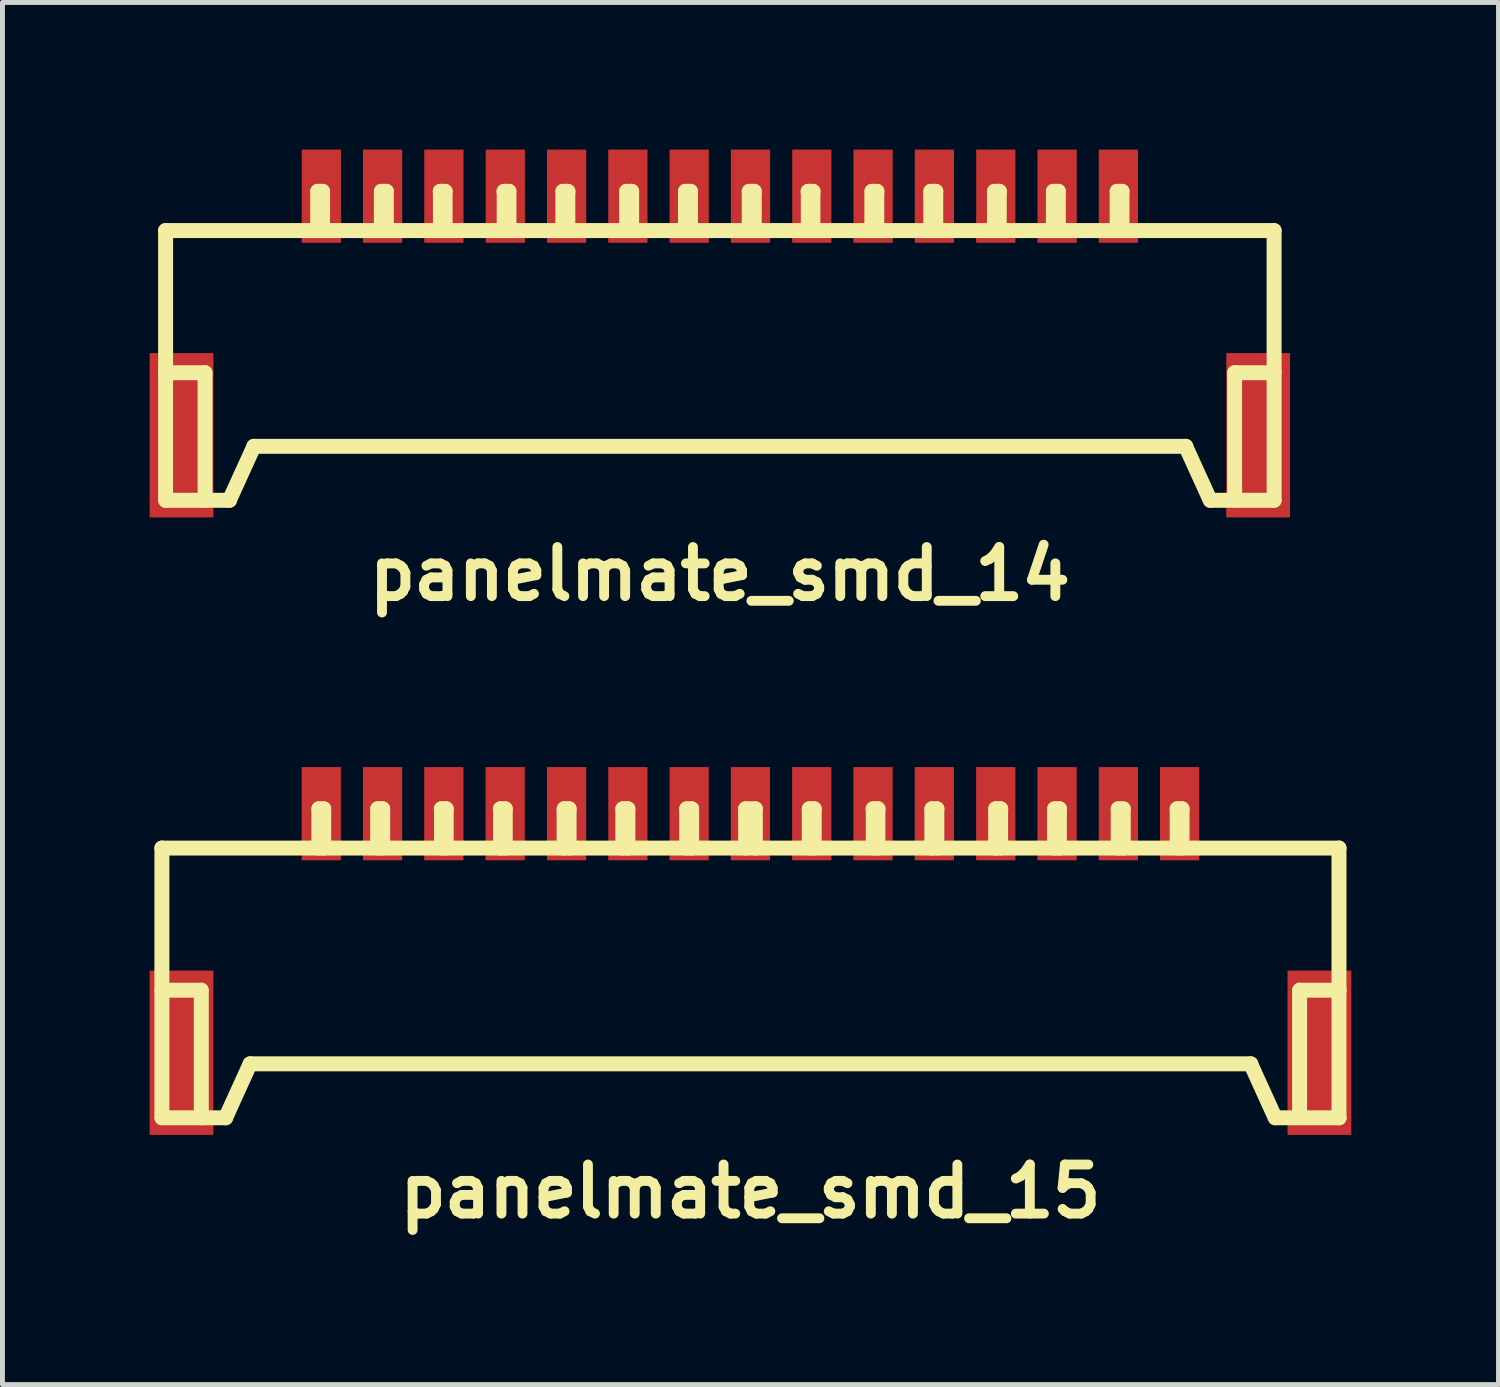
<source format=kicad_pcb>
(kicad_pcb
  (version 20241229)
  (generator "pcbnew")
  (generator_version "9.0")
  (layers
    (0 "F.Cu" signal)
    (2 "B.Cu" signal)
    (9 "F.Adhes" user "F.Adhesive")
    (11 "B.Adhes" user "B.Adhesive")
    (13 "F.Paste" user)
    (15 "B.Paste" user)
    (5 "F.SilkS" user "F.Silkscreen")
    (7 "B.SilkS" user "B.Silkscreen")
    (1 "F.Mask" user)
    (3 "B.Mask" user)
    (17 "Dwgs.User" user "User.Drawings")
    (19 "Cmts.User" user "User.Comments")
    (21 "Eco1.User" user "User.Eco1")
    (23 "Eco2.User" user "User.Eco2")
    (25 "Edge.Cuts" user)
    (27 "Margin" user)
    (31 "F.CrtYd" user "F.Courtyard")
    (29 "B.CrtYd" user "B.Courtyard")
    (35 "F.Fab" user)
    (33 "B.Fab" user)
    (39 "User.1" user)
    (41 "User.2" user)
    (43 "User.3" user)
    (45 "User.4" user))
  (footprint "panelmate_smd_14"
    (layer "F.Cu")
    (at 11.626 4.45)
    (property "Reference" "panelmate_smd_14" (at 0 4.201 0) (layer "F.SilkS") (effects (font (size 1.001 1.001) (thickness 0.201))))
    (attr smd)
    (fp_line (start -11.3 -2.799) (end -11.3 2.7) (stroke (width 0.305) (type solid)) (layer "F.SilkS"))
    (fp_line (start -11.3 -2.799) (end 11.3 -2.799) (stroke (width 0.305) (type solid)) (layer "F.SilkS"))
    (fp_line (start -11.298 0.099) (end -10.498 0.099) (stroke (width 0.305) (type solid)) (layer "F.SilkS"))
    (fp_line (start -10.495 0.099) (end -10.495 2.7) (stroke (width 0.305) (type solid)) (layer "F.SilkS"))
    (fp_line (start -10 2.7) (end -9.5 1.6) (stroke (width 0.305) (type solid)) (layer "F.SilkS"))
    (fp_line (start -9.997 2.7) (end -11.295 2.7) (stroke (width 0.305) (type solid)) (layer "F.SilkS"))
    (fp_line (start -8.199 -3.599) (end -8.1 -3.599) (stroke (width 0.305) (type solid)) (layer "F.SilkS"))
    (fp_line (start -8.199 -2.799) (end -8.199 -3.599) (stroke (width 0.305) (type solid)) (layer "F.SilkS"))
    (fp_line (start -8.1 -3.599) (end -8.1 -2.799) (stroke (width 0.305) (type solid)) (layer "F.SilkS"))
    (fp_line (start -6.901 -3.599) (end -6.901 -2.799) (stroke (width 0.305) (type solid)) (layer "F.SilkS"))
    (fp_line (start -6.8 -3.599) (end -6.901 -3.599) (stroke (width 0.305) (type solid)) (layer "F.SilkS"))
    (fp_line (start -6.8 -2.799) (end -6.8 -3.599) (stroke (width 0.305) (type solid)) (layer "F.SilkS"))
    (fp_line (start -5.702 -3.599) (end -5.601 -3.599) (stroke (width 0.305) (type solid)) (layer "F.SilkS"))
    (fp_line (start -5.697 -2.799) (end -5.697 -3.599) (stroke (width 0.305) (type solid)) (layer "F.SilkS"))
    (fp_line (start -5.601 -3.599) (end -5.601 -2.799) (stroke (width 0.305) (type solid)) (layer "F.SilkS"))
    (fp_line (start -4.402 -3.599) (end -4.3 -3.599) (stroke (width 0.305) (type solid)) (layer "F.SilkS"))
    (fp_line (start -4.397 -2.799) (end -4.397 -3.599) (stroke (width 0.305) (type solid)) (layer "F.SilkS"))
    (fp_line (start -4.3 -3.599) (end -4.3 -2.799) (stroke (width 0.305) (type solid)) (layer "F.SilkS"))
    (fp_line (start -3.2 -3.599) (end -3.2 -2.799) (stroke (width 0.305) (type solid)) (layer "F.SilkS"))
    (fp_line (start -3.099 -3.599) (end -3.099 -2.799) (stroke (width 0.305) (type solid)) (layer "F.SilkS"))
    (fp_line (start -3.096 -3.599) (end -3.198 -3.599) (stroke (width 0.305) (type solid)) (layer "F.SilkS"))
    (fp_line (start -1.9 -3.599) (end -1.798 -3.599) (stroke (width 0.305) (type solid)) (layer "F.SilkS"))
    (fp_line (start -1.9 -2.799) (end -1.9 -3.599) (stroke (width 0.305) (type solid)) (layer "F.SilkS"))
    (fp_line (start -1.798 -3.599) (end -1.798 -2.799) (stroke (width 0.305) (type solid)) (layer "F.SilkS"))
    (fp_line (start -0.701 -3.599) (end -0.599 -3.599) (stroke (width 0.305) (type solid)) (layer "F.SilkS"))
    (fp_line (start -0.701 -2.799) (end -0.701 -3.599) (stroke (width 0.305) (type solid)) (layer "F.SilkS"))
    (fp_line (start -0.599 -3.599) (end -0.599 -2.799) (stroke (width 0.305) (type solid)) (layer "F.SilkS"))
    (fp_line (start 0.599 -3.599) (end 0.599 -2.799) (stroke (width 0.305) (type solid)) (layer "F.SilkS"))
    (fp_line (start 0.701 -3.599) (end 0.599 -3.599) (stroke (width 0.305) (type solid)) (layer "F.SilkS"))
    (fp_line (start 0.701 -2.799) (end 0.701 -3.599) (stroke (width 0.305) (type solid)) (layer "F.SilkS"))
    (fp_line (start 1.803 -3.599) (end 1.803 -2.799) (stroke (width 0.305) (type solid)) (layer "F.SilkS"))
    (fp_line (start 1.897 -3.599) (end 1.897 -2.799) (stroke (width 0.305) (type solid)) (layer "F.SilkS"))
    (fp_line (start 1.9 -3.599) (end 1.798 -3.599) (stroke (width 0.305) (type solid)) (layer "F.SilkS"))
    (fp_line (start 3.099 -3.599) (end 3.099 -2.799) (stroke (width 0.305) (type solid)) (layer "F.SilkS"))
    (fp_line (start 3.104 -3.599) (end 3.203 -3.599) (stroke (width 0.305) (type solid)) (layer "F.SilkS"))
    (fp_line (start 3.2 -2.799) (end 3.2 -3.599) (stroke (width 0.305) (type solid)) (layer "F.SilkS"))
    (fp_line (start 4.3 -3.599) (end 4.3 -2.799) (stroke (width 0.305) (type solid)) (layer "F.SilkS"))
    (fp_line (start 4.402 -2.799) (end 4.402 -3.599) (stroke (width 0.305) (type solid)) (layer "F.SilkS"))
    (fp_line (start 4.404 -3.599) (end 4.303 -3.599) (stroke (width 0.305) (type solid)) (layer "F.SilkS"))
    (fp_line (start 5.598 -3.599) (end 5.598 -2.799) (stroke (width 0.305) (type solid)) (layer "F.SilkS"))
    (fp_line (start 5.601 -3.599) (end 5.7 -3.599) (stroke (width 0.305) (type solid)) (layer "F.SilkS"))
    (fp_line (start 5.697 -2.799) (end 5.697 -3.599) (stroke (width 0.305) (type solid)) (layer "F.SilkS"))
    (fp_line (start 6.8 -3.599) (end 6.901 -3.599) (stroke (width 0.305) (type solid)) (layer "F.SilkS"))
    (fp_line (start 6.8 -2.799) (end 6.8 -3.599) (stroke (width 0.305) (type solid)) (layer "F.SilkS"))
    (fp_line (start 6.901 -3.599) (end 6.901 -2.799) (stroke (width 0.305) (type solid)) (layer "F.SilkS"))
    (fp_line (start 8.1 -3.599) (end 8.1 -2.799) (stroke (width 0.305) (type solid)) (layer "F.SilkS"))
    (fp_line (start 8.199 -3.599) (end 8.1 -3.599) (stroke (width 0.305) (type solid)) (layer "F.SilkS"))
    (fp_line (start 8.199 -2.799) (end 8.199 -3.599) (stroke (width 0.305) (type solid)) (layer "F.SilkS"))
    (fp_line (start 9.497 1.6) (end 9.997 2.7) (stroke (width 0.305) (type solid)) (layer "F.SilkS"))
    (fp_line (start 9.5 1.6) (end -9.5 1.6) (stroke (width 0.305) (type solid)) (layer "F.SilkS"))
    (fp_line (start 10.003 2.7) (end 11.3 2.7) (stroke (width 0.305) (type solid)) (layer "F.SilkS"))
    (fp_line (start 10.495 0.097) (end 10.495 2.697) (stroke (width 0.305) (type solid)) (layer "F.SilkS"))
    (fp_line (start 11.3 -2.799) (end 11.3 2.7) (stroke (width 0.305) (type solid)) (layer "F.SilkS"))
    (fp_line (start 11.3 0.099) (end 10.5 0.099) (stroke (width 0.305) (type solid)) (layer "F.SilkS"))
    (pad "1" smd rect (at -8.125 -3.5) (size 0.8 1.9) (layers "F.Cu" "F.Mask" "F.Paste"))
    (pad "2" smd rect (at -6.876 -3.5) (size 0.8 1.9) (layers "F.Cu" "F.Mask" "F.Paste"))
    (pad "3" smd rect (at -5.626 -3.5) (size 0.8 1.9) (layers "F.Cu" "F.Mask" "F.Paste"))
    (pad "4" smd rect (at -4.374 -3.5) (size 0.8 1.9) (layers "F.Cu" "F.Mask" "F.Paste"))
    (pad "5" smd rect (at -3.124 -3.5) (size 0.8 1.9) (layers "F.Cu" "F.Mask" "F.Paste"))
    (pad "6" smd rect (at -1.875 -3.5) (size 0.8 1.9) (layers "F.Cu" "F.Mask" "F.Paste"))
    (pad "7" smd rect (at -0.625 -3.5) (size 0.8 1.9) (layers "F.Cu" "F.Mask" "F.Paste"))
    (pad "8" smd rect (at 0.625 -3.5) (size 0.8 1.9) (layers "F.Cu" "F.Mask" "F.Paste"))
    (pad "9" smd rect (at 1.875 -3.5) (size 0.8 1.9) (layers "F.Cu" "F.Mask" "F.Paste"))
    (pad "10" smd rect (at 3.124 -3.5) (size 0.8 1.9) (layers "F.Cu" "F.Mask" "F.Paste"))
    (pad "11" smd rect (at 4.374 -3.5) (size 0.8 1.9) (layers "F.Cu" "F.Mask" "F.Paste"))
    (pad "12" smd rect (at 5.626 -3.5) (size 0.8 1.9) (layers "F.Cu" "F.Mask" "F.Paste"))
    (pad "13" smd rect (at 6.876 -3.5) (size 0.8 1.9) (layers "F.Cu" "F.Mask" "F.Paste"))
    (pad "14" smd rect (at 8.125 -3.5) (size 0.8 1.9) (layers "F.Cu" "F.Mask" "F.Paste"))
    (pad "15" smd rect (at -10.975 1.374) (size 1.3 3.35) (layers "F.Cu" "F.Mask" "F.Paste"))
    (pad "15" smd rect (at 10.975 1.374) (size 1.3 3.35) (layers "F.Cu" "F.Mask" "F.Paste")))
  (footprint "panelmate_smd_15"
    (layer "F.Cu")
    (at 12.25 17.039)
    (property "Reference" "panelmate_smd_15" (at 0 4.201 0) (layer "F.SilkS") (effects (font (size 1.001 1.001) (thickness 0.201))))
    (attr smd)
    (fp_line (start -11.999 -2.799) (end -11.999 2.7) (stroke (width 0.305) (type solid)) (layer "F.SilkS"))
    (fp_line (start -11.999 -2.799) (end 11.999 -2.799) (stroke (width 0.305) (type solid)) (layer "F.SilkS"))
    (fp_line (start -11.999 0.099) (end -11.199 0.099) (stroke (width 0.305) (type solid)) (layer "F.SilkS"))
    (fp_line (start -11.196 0.099) (end -11.196 2.7) (stroke (width 0.305) (type solid)) (layer "F.SilkS"))
    (fp_line (start -10.701 2.7) (end -10.201 1.6) (stroke (width 0.305) (type solid)) (layer "F.SilkS"))
    (fp_line (start -10.698 2.7) (end -11.996 2.7) (stroke (width 0.305) (type solid)) (layer "F.SilkS"))
    (fp_line (start -8.799 -3.599) (end -8.7 -3.599) (stroke (width 0.305) (type solid)) (layer "F.SilkS"))
    (fp_line (start -8.799 -2.799) (end -8.799 -3.599) (stroke (width 0.305) (type solid)) (layer "F.SilkS"))
    (fp_line (start -8.7 -3.599) (end -8.7 -2.799) (stroke (width 0.305) (type solid)) (layer "F.SilkS"))
    (fp_line (start -7.6 -3.599) (end -7.6 -2.799) (stroke (width 0.305) (type solid)) (layer "F.SilkS"))
    (fp_line (start -7.498 -3.599) (end -7.6 -3.599) (stroke (width 0.305) (type solid)) (layer "F.SilkS"))
    (fp_line (start -7.498 -2.799) (end -7.498 -3.599) (stroke (width 0.305) (type solid)) (layer "F.SilkS"))
    (fp_line (start -6.304 -3.599) (end -6.203 -3.599) (stroke (width 0.305) (type solid)) (layer "F.SilkS"))
    (fp_line (start -6.299 -2.799) (end -6.299 -3.599) (stroke (width 0.305) (type solid)) (layer "F.SilkS"))
    (fp_line (start -6.203 -3.599) (end -6.203 -2.799) (stroke (width 0.305) (type solid)) (layer "F.SilkS"))
    (fp_line (start -5.1 -3.599) (end -4.999 -3.599) (stroke (width 0.305) (type solid)) (layer "F.SilkS"))
    (fp_line (start -5.095 -2.799) (end -5.095 -3.599) (stroke (width 0.305) (type solid)) (layer "F.SilkS"))
    (fp_line (start -4.999 -3.599) (end -4.999 -2.799) (stroke (width 0.305) (type solid)) (layer "F.SilkS"))
    (fp_line (start -3.8 -3.599) (end -3.8 -2.799) (stroke (width 0.305) (type solid)) (layer "F.SilkS"))
    (fp_line (start -3.698 -3.599) (end -3.698 -2.799) (stroke (width 0.305) (type solid)) (layer "F.SilkS"))
    (fp_line (start -3.696 -3.599) (end -3.797 -3.599) (stroke (width 0.305) (type solid)) (layer "F.SilkS"))
    (fp_line (start -2.601 -3.599) (end -2.499 -3.599) (stroke (width 0.305) (type solid)) (layer "F.SilkS"))
    (fp_line (start -2.601 -2.799) (end -2.601 -3.599) (stroke (width 0.305) (type solid)) (layer "F.SilkS"))
    (fp_line (start -2.499 -3.599) (end -2.499 -2.799) (stroke (width 0.305) (type solid)) (layer "F.SilkS"))
    (fp_line (start -1.3 -3.599) (end -1.199 -3.599) (stroke (width 0.305) (type solid)) (layer "F.SilkS"))
    (fp_line (start -1.3 -2.799) (end -1.3 -3.599) (stroke (width 0.305) (type solid)) (layer "F.SilkS"))
    (fp_line (start -1.199 -3.599) (end -1.199 -2.799) (stroke (width 0.305) (type solid)) (layer "F.SilkS"))
    (fp_line (start -0.099 -3.599) (end 0.099 -3.599) (stroke (width 0.305) (type solid)) (layer "F.SilkS"))
    (fp_line (start -0.099 -2.799) (end -0.099 -3.599) (stroke (width 0.305) (type solid)) (layer "F.SilkS"))
    (fp_line (start 0.099 -3.599) (end 0.099 -2.799) (stroke (width 0.305) (type solid)) (layer "F.SilkS"))
    (fp_line (start 1.199 -3.599) (end 1.199 -2.799) (stroke (width 0.305) (type solid)) (layer "F.SilkS"))
    (fp_line (start 1.3 -3.599) (end 1.199 -3.599) (stroke (width 0.305) (type solid)) (layer "F.SilkS"))
    (fp_line (start 1.3 -2.799) (end 1.3 -3.599) (stroke (width 0.305) (type solid)) (layer "F.SilkS"))
    (fp_line (start 2.504 -3.599) (end 2.504 -2.799) (stroke (width 0.305) (type solid)) (layer "F.SilkS"))
    (fp_line (start 2.598 -3.599) (end 2.598 -2.799) (stroke (width 0.305) (type solid)) (layer "F.SilkS"))
    (fp_line (start 2.601 -3.599) (end 2.499 -3.599) (stroke (width 0.305) (type solid)) (layer "F.SilkS"))
    (fp_line (start 3.698 -3.599) (end 3.698 -2.799) (stroke (width 0.305) (type solid)) (layer "F.SilkS"))
    (fp_line (start 3.703 -3.599) (end 3.802 -3.599) (stroke (width 0.305) (type solid)) (layer "F.SilkS"))
    (fp_line (start 3.8 -2.799) (end 3.8 -3.599) (stroke (width 0.305) (type solid)) (layer "F.SilkS"))
    (fp_line (start 4.999 -3.599) (end 4.999 -2.799) (stroke (width 0.305) (type solid)) (layer "F.SilkS"))
    (fp_line (start 5.1 -2.799) (end 5.1 -3.599) (stroke (width 0.305) (type solid)) (layer "F.SilkS"))
    (fp_line (start 5.103 -3.599) (end 5.001 -3.599) (stroke (width 0.305) (type solid)) (layer "F.SilkS"))
    (fp_line (start 6.2 -3.599) (end 6.2 -2.799) (stroke (width 0.305) (type solid)) (layer "F.SilkS"))
    (fp_line (start 6.203 -3.599) (end 6.302 -3.599) (stroke (width 0.305) (type solid)) (layer "F.SilkS"))
    (fp_line (start 6.299 -2.799) (end 6.299 -3.599) (stroke (width 0.305) (type solid)) (layer "F.SilkS"))
    (fp_line (start 7.498 -3.599) (end 7.6 -3.599) (stroke (width 0.305) (type solid)) (layer "F.SilkS"))
    (fp_line (start 7.498 -2.799) (end 7.498 -3.599) (stroke (width 0.305) (type solid)) (layer "F.SilkS"))
    (fp_line (start 7.6 -3.599) (end 7.6 -2.799) (stroke (width 0.305) (type solid)) (layer "F.SilkS"))
    (fp_line (start 8.7 -3.599) (end 8.7 -2.799) (stroke (width 0.305) (type solid)) (layer "F.SilkS"))
    (fp_line (start 8.799 -3.599) (end 8.7 -3.599) (stroke (width 0.305) (type solid)) (layer "F.SilkS"))
    (fp_line (start 8.799 -2.799) (end 8.799 -3.599) (stroke (width 0.305) (type solid)) (layer "F.SilkS"))
    (fp_line (start 10.198 1.6) (end 10.698 2.7) (stroke (width 0.305) (type solid)) (layer "F.SilkS"))
    (fp_line (start 10.201 1.6) (end -10.201 1.6) (stroke (width 0.305) (type solid)) (layer "F.SilkS"))
    (fp_line (start 10.704 2.7) (end 12.002 2.7) (stroke (width 0.305) (type solid)) (layer "F.SilkS"))
    (fp_line (start 11.196 0.097) (end 11.196 2.697) (stroke (width 0.305) (type solid)) (layer "F.SilkS"))
    (fp_line (start 11.999 -2.799) (end 11.999 2.7) (stroke (width 0.305) (type solid)) (layer "F.SilkS"))
    (fp_line (start 12.002 0.099) (end 11.201 0.099) (stroke (width 0.305) (type solid)) (layer "F.SilkS"))
    (pad "1" smd rect (at -8.75 -3.5) (size 0.8 1.9) (layers "F.Cu" "F.Mask" "F.Paste"))
    (pad "2" smd rect (at -7.501 -3.5) (size 0.8 1.9) (layers "F.Cu" "F.Mask" "F.Paste"))
    (pad "3" smd rect (at -6.251 -3.5) (size 0.8 1.9) (layers "F.Cu" "F.Mask" "F.Paste"))
    (pad "4" smd rect (at -5.001 -3.5) (size 0.8 1.9) (layers "F.Cu" "F.Mask" "F.Paste"))
    (pad "5" smd rect (at -3.749 -3.5) (size 0.8 1.9) (layers "F.Cu" "F.Mask" "F.Paste"))
    (pad "6" smd rect (at -2.499 -3.5) (size 0.8 1.9) (layers "F.Cu" "F.Mask" "F.Paste"))
    (pad "7" smd rect (at -1.25 -3.5) (size 0.8 1.9) (layers "F.Cu" "F.Mask" "F.Paste"))
    (pad "8" smd rect (at 0 -3.5) (size 0.8 1.9) (layers "F.Cu" "F.Mask" "F.Paste"))
    (pad "9" smd rect (at 1.25 -3.5) (size 0.8 1.9) (layers "F.Cu" "F.Mask" "F.Paste"))
    (pad "10" smd rect (at 2.499 -3.5) (size 0.8 1.9) (layers "F.Cu" "F.Mask" "F.Paste"))
    (pad "11" smd rect (at 3.749 -3.5) (size 0.8 1.9) (layers "F.Cu" "F.Mask" "F.Paste"))
    (pad "12" smd rect (at 5.001 -3.5) (size 0.8 1.9) (layers "F.Cu" "F.Mask" "F.Paste"))
    (pad "13" smd rect (at 6.251 -3.5) (size 0.8 1.9) (layers "F.Cu" "F.Mask" "F.Paste"))
    (pad "14" smd rect (at 7.501 -3.5) (size 0.8 1.9) (layers "F.Cu" "F.Mask" "F.Paste"))
    (pad "15" smd rect (at 8.75 -3.5) (size 0.8 1.9) (layers "F.Cu" "F.Mask" "F.Paste"))
    (pad "16" smd rect (at -11.6 1.374) (size 1.3 3.35) (layers "F.Cu" "F.Mask" "F.Paste"))
    (pad "16" smd rect (at 11.6 1.374) (size 1.3 3.35) (layers "F.Cu" "F.Mask" "F.Paste")))
  (gr_rect
    (start -3 -3)
    (end 27.501 25.178)
    (stroke (width 0.1) (type default))
    (fill no)
    (layer "Edge.Cuts")))
</source>
